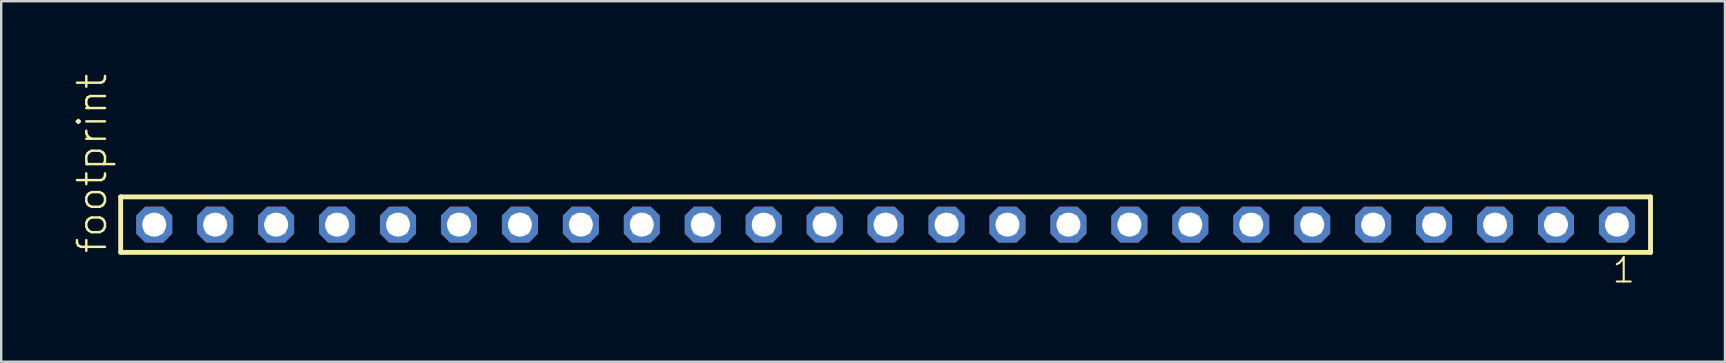
<source format=kicad_pcb>
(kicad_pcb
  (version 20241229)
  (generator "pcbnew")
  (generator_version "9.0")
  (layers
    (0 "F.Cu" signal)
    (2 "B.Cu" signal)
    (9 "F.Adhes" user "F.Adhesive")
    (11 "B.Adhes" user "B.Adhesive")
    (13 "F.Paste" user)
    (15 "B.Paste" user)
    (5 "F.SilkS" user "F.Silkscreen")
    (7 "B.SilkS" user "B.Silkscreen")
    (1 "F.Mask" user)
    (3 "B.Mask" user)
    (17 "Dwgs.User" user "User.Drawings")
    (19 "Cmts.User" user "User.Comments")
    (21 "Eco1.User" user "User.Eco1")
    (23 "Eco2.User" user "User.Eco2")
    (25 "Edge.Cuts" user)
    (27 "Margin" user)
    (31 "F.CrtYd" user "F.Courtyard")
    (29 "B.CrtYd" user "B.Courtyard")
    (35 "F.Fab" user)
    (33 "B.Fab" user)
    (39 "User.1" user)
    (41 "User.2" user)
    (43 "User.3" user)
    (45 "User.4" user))
  (footprint "footprint"
    (layer "F.Cu")
    (at 33.858 6.312)
    (property "Reference" "footprint" (at -32.385 1.27 90) (layer "F.SilkS") (effects (font (size 1.168 1.168) (thickness 0.102)) (justify left bottom)))
    (fp_line (start -31.879 -1.155) (end 31.879 -1.155) (stroke (width 0.203) (type solid)) (layer "F.SilkS"))
    (fp_line (start -31.879 1.155) (end -31.879 -1.155) (stroke (width 0.203) (type solid)) (layer "F.SilkS"))
    (fp_line (start 31.879 -1.155) (end 31.879 1.155) (stroke (width 0.203) (type solid)) (layer "F.SilkS"))
    (fp_line (start 31.879 1.155) (end -31.879 1.155) (stroke (width 0.203) (type solid)) (layer "F.SilkS"))
    (fp_poly (pts (xy -30.83 0.35) (xy -30.13 0.35) (xy -30.13 -0.35) (xy -30.83 -0.35)) (stroke (width 0.1) (type solid)) (fill no) (layer "F.Fab"))
    (fp_poly (pts (xy -28.29 0.35) (xy -27.59 0.35) (xy -27.59 -0.35) (xy -28.29 -0.35)) (stroke (width 0.1) (type solid)) (fill no) (layer "F.Fab"))
    (fp_poly (pts (xy -25.75 0.35) (xy -25.05 0.35) (xy -25.05 -0.35) (xy -25.75 -0.35)) (stroke (width 0.1) (type solid)) (fill no) (layer "F.Fab"))
    (fp_poly (pts (xy -23.21 0.35) (xy -22.51 0.35) (xy -22.51 -0.35) (xy -23.21 -0.35)) (stroke (width 0.1) (type solid)) (fill no) (layer "F.Fab"))
    (fp_poly (pts (xy -20.67 0.35) (xy -19.97 0.35) (xy -19.97 -0.35) (xy -20.67 -0.35)) (stroke (width 0.1) (type solid)) (fill no) (layer "F.Fab"))
    (fp_poly (pts (xy -18.13 0.35) (xy -17.43 0.35) (xy -17.43 -0.35) (xy -18.13 -0.35)) (stroke (width 0.1) (type solid)) (fill no) (layer "F.Fab"))
    (fp_poly (pts (xy -15.59 0.35) (xy -14.89 0.35) (xy -14.89 -0.35) (xy -15.59 -0.35)) (stroke (width 0.1) (type solid)) (fill no) (layer "F.Fab"))
    (fp_poly (pts (xy -13.05 0.35) (xy -12.35 0.35) (xy -12.35 -0.35) (xy -13.05 -0.35)) (stroke (width 0.1) (type solid)) (fill no) (layer "F.Fab"))
    (fp_poly (pts (xy -10.51 0.35) (xy -9.81 0.35) (xy -9.81 -0.35) (xy -10.51 -0.35)) (stroke (width 0.1) (type solid)) (fill no) (layer "F.Fab"))
    (fp_poly (pts (xy -7.97 0.35) (xy -7.27 0.35) (xy -7.27 -0.35) (xy -7.97 -0.35)) (stroke (width 0.1) (type solid)) (fill no) (layer "F.Fab"))
    (fp_poly (pts (xy -5.43 0.35) (xy -4.73 0.35) (xy -4.73 -0.35) (xy -5.43 -0.35)) (stroke (width 0.1) (type solid)) (fill no) (layer "F.Fab"))
    (fp_poly (pts (xy -2.89 0.35) (xy -2.19 0.35) (xy -2.19 -0.35) (xy -2.89 -0.35)) (stroke (width 0.1) (type solid)) (fill no) (layer "F.Fab"))
    (fp_poly (pts (xy -0.35 0.35) (xy 0.35 0.35) (xy 0.35 -0.35) (xy -0.35 -0.35)) (stroke (width 0.1) (type solid)) (fill no) (layer "F.Fab"))
    (fp_poly (pts (xy 2.19 0.35) (xy 2.89 0.35) (xy 2.89 -0.35) (xy 2.19 -0.35)) (stroke (width 0.1) (type solid)) (fill no) (layer "F.Fab"))
    (fp_poly (pts (xy 4.73 0.35) (xy 5.43 0.35) (xy 5.43 -0.35) (xy 4.73 -0.35)) (stroke (width 0.1) (type solid)) (fill no) (layer "F.Fab"))
    (fp_poly (pts (xy 7.27 0.35) (xy 7.97 0.35) (xy 7.97 -0.35) (xy 7.27 -0.35)) (stroke (width 0.1) (type solid)) (fill no) (layer "F.Fab"))
    (fp_poly (pts (xy 9.81 0.35) (xy 10.51 0.35) (xy 10.51 -0.35) (xy 9.81 -0.35)) (stroke (width 0.1) (type solid)) (fill no) (layer "F.Fab"))
    (fp_poly (pts (xy 12.35 0.35) (xy 13.05 0.35) (xy 13.05 -0.35) (xy 12.35 -0.35)) (stroke (width 0.1) (type solid)) (fill no) (layer "F.Fab"))
    (fp_poly (pts (xy 14.89 0.35) (xy 15.59 0.35) (xy 15.59 -0.35) (xy 14.89 -0.35)) (stroke (width 0.1) (type solid)) (fill no) (layer "F.Fab"))
    (fp_poly (pts (xy 17.43 0.35) (xy 18.13 0.35) (xy 18.13 -0.35) (xy 17.43 -0.35)) (stroke (width 0.1) (type solid)) (fill no) (layer "F.Fab"))
    (fp_poly (pts (xy 19.97 0.35) (xy 20.67 0.35) (xy 20.67 -0.35) (xy 19.97 -0.35)) (stroke (width 0.1) (type solid)) (fill no) (layer "F.Fab"))
    (fp_poly (pts (xy 22.51 0.35) (xy 23.21 0.35) (xy 23.21 -0.35) (xy 22.51 -0.35)) (stroke (width 0.1) (type solid)) (fill no) (layer "F.Fab"))
    (fp_poly (pts (xy 25.05 0.35) (xy 25.75 0.35) (xy 25.75 -0.35) (xy 25.05 -0.35)) (stroke (width 0.1) (type solid)) (fill no) (layer "F.Fab"))
    (fp_poly (pts (xy 27.59 0.35) (xy 28.29 0.35) (xy 28.29 -0.35) (xy 27.59 -0.35)) (stroke (width 0.1) (type solid)) (fill no) (layer "F.Fab"))
    (fp_poly (pts (xy 30.13 0.35) (xy 30.83 0.35) (xy 30.83 -0.35) (xy 30.13 -0.35)) (stroke (width 0.1) (type solid)) (fill no) (layer "F.Fab"))
    (fp_text user "1" (at 30.222 2.498 0) (layer "F.SilkS") (effects (font (size 1.012 1.012) (thickness 0.088)) (justify left bottom)))
    (pad "1" thru_hole roundrect (at 30.48 0 180) (size 1.5 1.5) (drill 1) (layers "*.Cu" "*.Mask") (roundrect_rratio 0.25) (chamfer_ratio 0.25) (chamfer top_left top_right bottom_left bottom_right))
    (pad "2" thru_hole roundrect (at 27.94 0 180) (size 1.5 1.5) (drill 1) (layers "*.Cu" "*.Mask") (roundrect_rratio 0.25) (chamfer_ratio 0.25) (chamfer top_left top_right bottom_left bottom_right))
    (pad "3" thru_hole roundrect (at 25.4 0 180) (size 1.5 1.5) (drill 1) (layers "*.Cu" "*.Mask") (roundrect_rratio 0.25) (chamfer_ratio 0.25) (chamfer top_left top_right bottom_left bottom_right))
    (pad "4" thru_hole roundrect (at 22.86 0 180) (size 1.5 1.5) (drill 1) (layers "*.Cu" "*.Mask") (roundrect_rratio 0.25) (chamfer_ratio 0.25) (chamfer top_left top_right bottom_left bottom_right))
    (pad "5" thru_hole roundrect (at 20.32 0 180) (size 1.5 1.5) (drill 1) (layers "*.Cu" "*.Mask") (roundrect_rratio 0.25) (chamfer_ratio 0.25) (chamfer top_left top_right bottom_left bottom_right))
    (pad "6" thru_hole roundrect (at 17.78 0 180) (size 1.5 1.5) (drill 1) (layers "*.Cu" "*.Mask") (roundrect_rratio 0.25) (chamfer_ratio 0.25) (chamfer top_left top_right bottom_left bottom_right))
    (pad "7" thru_hole roundrect (at 15.24 0 180) (size 1.5 1.5) (drill 1) (layers "*.Cu" "*.Mask") (roundrect_rratio 0.25) (chamfer_ratio 0.25) (chamfer top_left top_right bottom_left bottom_right))
    (pad "8" thru_hole roundrect (at 12.7 0 180) (size 1.5 1.5) (drill 1) (layers "*.Cu" "*.Mask") (roundrect_rratio 0.25) (chamfer_ratio 0.25) (chamfer top_left top_right bottom_left bottom_right))
    (pad "9" thru_hole roundrect (at 10.16 0 180) (size 1.5 1.5) (drill 1) (layers "*.Cu" "*.Mask") (roundrect_rratio 0.25) (chamfer_ratio 0.25) (chamfer top_left top_right bottom_left bottom_right))
    (pad "10" thru_hole roundrect (at 7.62 0 180) (size 1.5 1.5) (drill 1) (layers "*.Cu" "*.Mask") (roundrect_rratio 0.25) (chamfer_ratio 0.25) (chamfer top_left top_right bottom_left bottom_right))
    (pad "11" thru_hole roundrect (at 5.08 0 180) (size 1.5 1.5) (drill 1) (layers "*.Cu" "*.Mask") (roundrect_rratio 0.25) (chamfer_ratio 0.25) (chamfer top_left top_right bottom_left bottom_right))
    (pad "12" thru_hole roundrect (at 2.54 0 180) (size 1.5 1.5) (drill 1) (layers "*.Cu" "*.Mask") (roundrect_rratio 0.25) (chamfer_ratio 0.25) (chamfer top_left top_right bottom_left bottom_right))
    (pad "13" thru_hole roundrect (at 0 0 180) (size 1.5 1.5) (drill 1) (layers "*.Cu" "*.Mask") (roundrect_rratio 0.25) (chamfer_ratio 0.25) (chamfer top_left top_right bottom_left bottom_right))
    (pad "14" thru_hole roundrect (at -2.54 0 180) (size 1.5 1.5) (drill 1) (layers "*.Cu" "*.Mask") (roundrect_rratio 0.25) (chamfer_ratio 0.25) (chamfer top_left top_right bottom_left bottom_right))
    (pad "15" thru_hole roundrect (at -5.08 0 180) (size 1.5 1.5) (drill 1) (layers "*.Cu" "*.Mask") (roundrect_rratio 0.25) (chamfer_ratio 0.25) (chamfer top_left top_right bottom_left bottom_right))
    (pad "16" thru_hole roundrect (at -7.62 0 180) (size 1.5 1.5) (drill 1) (layers "*.Cu" "*.Mask") (roundrect_rratio 0.25) (chamfer_ratio 0.25) (chamfer top_left top_right bottom_left bottom_right))
    (pad "17" thru_hole roundrect (at -10.16 0 180) (size 1.5 1.5) (drill 1) (layers "*.Cu" "*.Mask") (roundrect_rratio 0.25) (chamfer_ratio 0.25) (chamfer top_left top_right bottom_left bottom_right))
    (pad "18" thru_hole roundrect (at -12.7 0 180) (size 1.5 1.5) (drill 1) (layers "*.Cu" "*.Mask") (roundrect_rratio 0.25) (chamfer_ratio 0.25) (chamfer top_left top_right bottom_left bottom_right))
    (pad "19" thru_hole roundrect (at -15.24 0 180) (size 1.5 1.5) (drill 1) (layers "*.Cu" "*.Mask") (roundrect_rratio 0.25) (chamfer_ratio 0.25) (chamfer top_left top_right bottom_left bottom_right))
    (pad "20" thru_hole roundrect (at -17.78 0 180) (size 1.5 1.5) (drill 1) (layers "*.Cu" "*.Mask") (roundrect_rratio 0.25) (chamfer_ratio 0.25) (chamfer top_left top_right bottom_left bottom_right))
    (pad "21" thru_hole roundrect (at -20.32 0 180) (size 1.5 1.5) (drill 1) (layers "*.Cu" "*.Mask") (roundrect_rratio 0.25) (chamfer_ratio 0.25) (chamfer top_left top_right bottom_left bottom_right))
    (pad "22" thru_hole roundrect (at -22.86 0 180) (size 1.5 1.5) (drill 1) (layers "*.Cu" "*.Mask") (roundrect_rratio 0.25) (chamfer_ratio 0.25) (chamfer top_left top_right bottom_left bottom_right))
    (pad "23" thru_hole roundrect (at -25.4 0 180) (size 1.5 1.5) (drill 1) (layers "*.Cu" "*.Mask") (roundrect_rratio 0.25) (chamfer_ratio 0.25) (chamfer top_left top_right bottom_left bottom_right))
    (pad "24" thru_hole roundrect (at -27.94 0 180) (size 1.5 1.5) (drill 1) (layers "*.Cu" "*.Mask") (roundrect_rratio 0.25) (chamfer_ratio 0.25) (chamfer top_left top_right bottom_left bottom_right))
    (pad "25" thru_hole roundrect (at -30.48 0 180) (size 1.5 1.5) (drill 1) (layers "*.Cu" "*.Mask") (roundrect_rratio 0.25) (chamfer_ratio 0.25) (chamfer top_left top_right bottom_left bottom_right)))
  (gr_rect
    (start -3 -3)
    (end 68.839 12.027)
    (stroke (width 0.1) (type default))
    (fill no)
    (layer "Edge.Cuts")))
</source>
